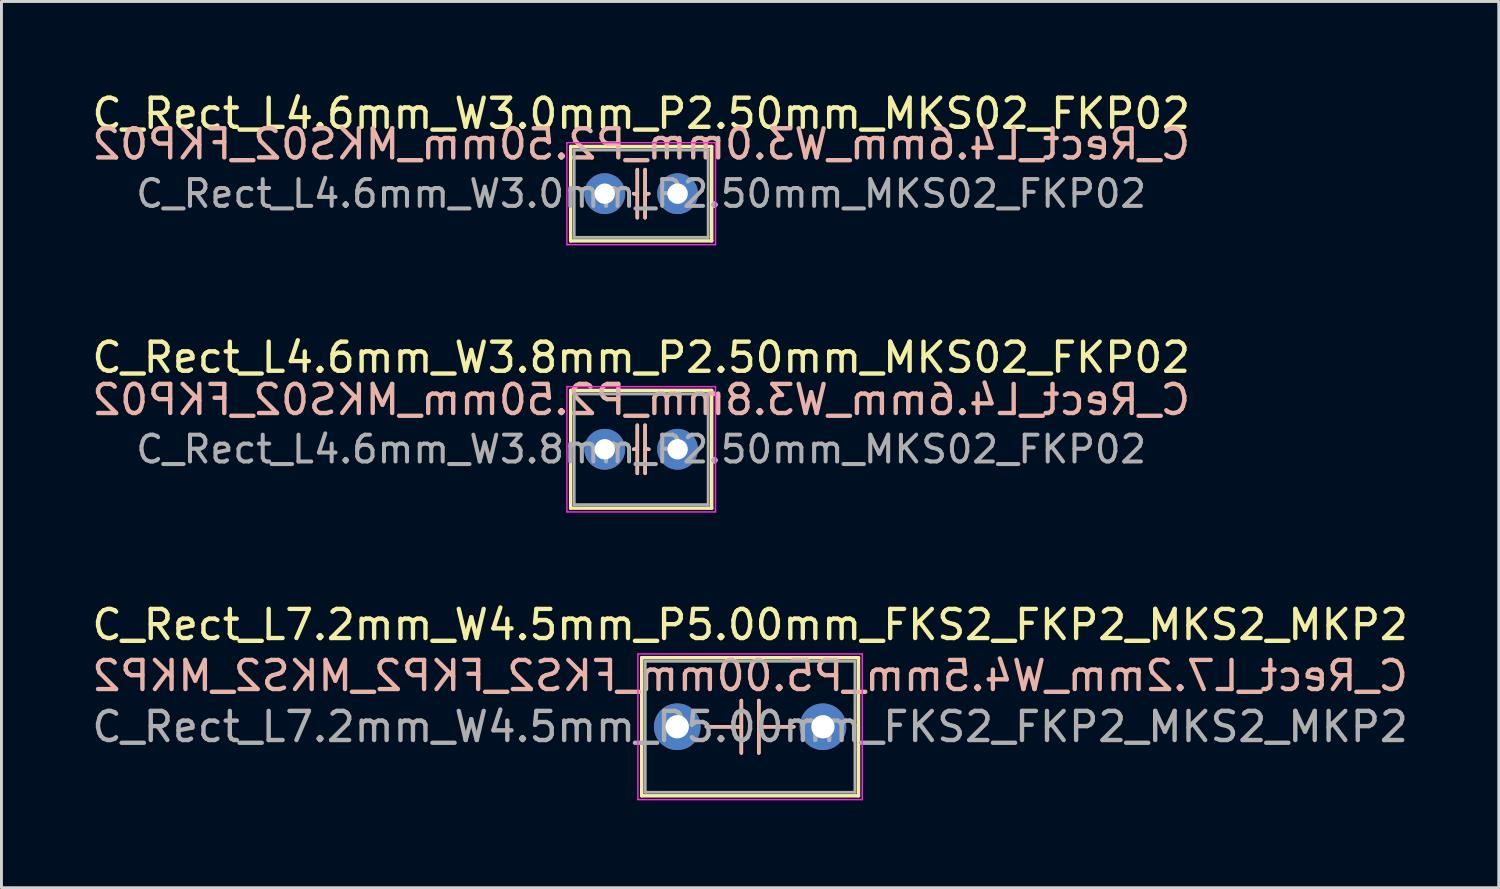
<source format=kicad_pcb>
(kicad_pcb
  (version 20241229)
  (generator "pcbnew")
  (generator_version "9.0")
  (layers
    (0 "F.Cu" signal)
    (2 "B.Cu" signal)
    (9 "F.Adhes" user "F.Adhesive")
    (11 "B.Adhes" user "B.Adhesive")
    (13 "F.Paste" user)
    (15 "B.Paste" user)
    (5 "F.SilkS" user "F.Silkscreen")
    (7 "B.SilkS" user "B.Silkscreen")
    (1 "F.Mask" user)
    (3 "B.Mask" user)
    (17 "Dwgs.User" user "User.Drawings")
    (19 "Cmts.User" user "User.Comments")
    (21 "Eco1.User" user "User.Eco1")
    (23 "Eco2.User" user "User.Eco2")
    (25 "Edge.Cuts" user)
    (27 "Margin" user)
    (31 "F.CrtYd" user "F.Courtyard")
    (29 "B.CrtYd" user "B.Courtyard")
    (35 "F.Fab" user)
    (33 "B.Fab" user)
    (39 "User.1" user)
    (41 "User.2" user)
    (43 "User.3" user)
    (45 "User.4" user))
  (footprint "C_Rect_L7.2mm_W4.5mm_P5.00mm_FKS2_FKP2_MKS2_MKP2"
    (layer "F.Cu")
    (at 20.196 21.895)
    (property "Reference" "C_Rect_L7.2mm_W4.5mm_P5.00mm_FKS2_FKP2_MKS2_MKP2" (at 2.5 -3.5 0) (layer "F.SilkS") (effects (font (size 1 1) (thickness 0.15))))
    (fp_line (start -1.22 -2.37) (end -1.22 2.37) (stroke (width 0.12) (type solid)) (layer "F.SilkS"))
    (fp_line (start -1.22 -2.37) (end 6.22 -2.37) (stroke (width 0.12) (type solid)) (layer "F.SilkS"))
    (fp_line (start -1.22 2.37) (end 6.22 2.37) (stroke (width 0.12) (type solid)) (layer "F.SilkS"))
    (fp_line (start 1 0) (end 2.2 0) (stroke (width 0.12) (type solid)) (layer "F.SilkS"))
    (fp_line (start 2.2 -0.9) (end 2.2 0.9) (stroke (width 0.12) (type solid)) (layer "F.SilkS"))
    (fp_line (start 2.8 -0.9) (end 2.8 0.9) (stroke (width 0.12) (type solid)) (layer "F.SilkS"))
    (fp_line (start 4 0) (end 2.8 0) (stroke (width 0.12) (type solid)) (layer "F.SilkS"))
    (fp_line (start 6.22 -2.37) (end 6.22 2.37) (stroke (width 0.12) (type solid)) (layer "F.SilkS"))
    (fp_line (start 1 0) (end 2.2 0) (stroke (width 0.12) (type solid)) (layer "B.SilkS"))
    (fp_line (start 2.2 0.9) (end 2.2 -0.9) (stroke (width 0.12) (type solid)) (layer "B.SilkS"))
    (fp_line (start 2.8 0.9) (end 2.8 -0.9) (stroke (width 0.12) (type solid)) (layer "B.SilkS"))
    (fp_line (start 4 0) (end 2.8 0) (stroke (width 0.12) (type solid)) (layer "B.SilkS"))
    (fp_line (start -1.35 -2.5) (end -1.35 2.5) (stroke (width 0.05) (type solid)) (layer "F.CrtYd"))
    (fp_line (start -1.35 2.5) (end 6.35 2.5) (stroke (width 0.05) (type solid)) (layer "F.CrtYd"))
    (fp_line (start 6.35 -2.5) (end -1.35 -2.5) (stroke (width 0.05) (type solid)) (layer "F.CrtYd"))
    (fp_line (start 6.35 2.5) (end 6.35 -2.5) (stroke (width 0.05) (type solid)) (layer "F.CrtYd"))
    (fp_line (start -1.1 -2.25) (end -1.1 2.25) (stroke (width 0.1) (type solid)) (layer "F.Fab"))
    (fp_line (start -1.1 2.25) (end 6.1 2.25) (stroke (width 0.1) (type solid)) (layer "F.Fab"))
    (fp_line (start 6.1 -2.25) (end -1.1 -2.25) (stroke (width 0.1) (type solid)) (layer "F.Fab"))
    (fp_line (start 6.1 2.25) (end 6.1 -2.25) (stroke (width 0.1) (type solid)) (layer "F.Fab"))
    (fp_text user "${REFERENCE}" (at 2.5 -1.75 0) (layer "B.SilkS") (effects (font (size 1 1) (thickness 0.15)) (justify mirror)))
    (fp_text user "${REFERENCE}" (at 2.5 0 0) (layer "F.Fab") (effects (font (size 1 1) (thickness 0.15))))
    (pad "1" thru_hole circle (at 0 0) (size 1.6 1.6) (drill 0.8) (layers "*.Cu" "*.Mask"))
    (pad "2" thru_hole circle (at 5 0) (size 1.6 1.6) (drill 0.8) (layers "*.Cu" "*.Mask")))
  (footprint "C_Rect_L4.6mm_W3.0mm_P2.50mm_MKS02_FKP02"
    (layer "F.Cu")
    (at 17.708 3.598)
    (property "Reference" "C_Rect_L4.6mm_W3.0mm_P2.50mm_MKS02_FKP02" (at 1.25 -2.75 0) (layer "F.SilkS") (effects (font (size 1 1) (thickness 0.15))))
    (fp_line (start -1.17 -1.62) (end -1.17 1.62) (stroke (width 0.12) (type solid)) (layer "F.SilkS"))
    (fp_line (start -1.17 -1.62) (end 3.67 -1.62) (stroke (width 0.12) (type solid)) (layer "F.SilkS"))
    (fp_line (start -1.17 1.62) (end 3.67 1.62) (stroke (width 0.12) (type solid)) (layer "F.SilkS"))
    (fp_line (start 0.991 0) (end 1.054 0) (stroke (width 0.12) (type solid)) (layer "F.SilkS"))
    (fp_line (start 1.054 0) (end 1.118 0) (stroke (width 0.12) (type solid)) (layer "F.SilkS"))
    (fp_line (start 1.118 0) (end 1.118 -0.826) (stroke (width 0.12) (type solid)) (layer "F.SilkS"))
    (fp_line (start 1.118 0.826) (end 1.118 0) (stroke (width 0.12) (type solid)) (layer "F.SilkS"))
    (fp_line (start 1.384 0) (end 1.384 -0.826) (stroke (width 0.12) (type solid)) (layer "F.SilkS"))
    (fp_line (start 1.384 0.826) (end 1.384 0) (stroke (width 0.12) (type solid)) (layer "F.SilkS"))
    (fp_line (start 1.448 0) (end 1.384 0) (stroke (width 0.12) (type solid)) (layer "F.SilkS"))
    (fp_line (start 1.511 0) (end 1.448 0) (stroke (width 0.12) (type solid)) (layer "F.SilkS"))
    (fp_line (start 3.67 -1.62) (end 3.67 1.62) (stroke (width 0.12) (type solid)) (layer "F.SilkS"))
    (fp_line (start 0.99 0) (end 1.054 0) (stroke (width 0.12) (type solid)) (layer "B.SilkS"))
    (fp_line (start 1.054 0) (end 1.117 0) (stroke (width 0.12) (type solid)) (layer "B.SilkS"))
    (fp_line (start 1.117 -0.826) (end 1.117 0) (stroke (width 0.12) (type solid)) (layer "B.SilkS"))
    (fp_line (start 1.117 0) (end 1.117 0.826) (stroke (width 0.12) (type solid)) (layer "B.SilkS"))
    (fp_line (start 1.384 -0.826) (end 1.384 0) (stroke (width 0.12) (type solid)) (layer "B.SilkS"))
    (fp_line (start 1.384 0) (end 1.384 0.826) (stroke (width 0.12) (type solid)) (layer "B.SilkS"))
    (fp_line (start 1.447 0) (end 1.384 0) (stroke (width 0.12) (type solid)) (layer "B.SilkS"))
    (fp_line (start 1.511 0) (end 1.447 0) (stroke (width 0.12) (type solid)) (layer "B.SilkS"))
    (fp_line (start -1.3 -1.75) (end -1.3 1.75) (stroke (width 0.05) (type solid)) (layer "F.CrtYd"))
    (fp_line (start -1.3 1.75) (end 3.8 1.75) (stroke (width 0.05) (type solid)) (layer "F.CrtYd"))
    (fp_line (start 3.8 -1.75) (end -1.3 -1.75) (stroke (width 0.05) (type solid)) (layer "F.CrtYd"))
    (fp_line (start 3.8 1.75) (end 3.8 -1.75) (stroke (width 0.05) (type solid)) (layer "F.CrtYd"))
    (fp_line (start -1.05 -1.5) (end -1.05 1.5) (stroke (width 0.1) (type solid)) (layer "F.Fab"))
    (fp_line (start -1.05 1.5) (end 3.55 1.5) (stroke (width 0.1) (type solid)) (layer "F.Fab"))
    (fp_line (start 3.55 -1.5) (end -1.05 -1.5) (stroke (width 0.1) (type solid)) (layer "F.Fab"))
    (fp_line (start 3.55 1.5) (end 3.55 -1.5) (stroke (width 0.1) (type solid)) (layer "F.Fab"))
    (fp_text user "${REFERENCE}" (at 1.25 -1.7 0) (layer "B.SilkS") (effects (font (size 1 1) (thickness 0.15)) (justify mirror)))
    (fp_text user "${REFERENCE}" (at 1.25 0 0) (layer "F.Fab") (effects (font (size 0.92 0.92) (thickness 0.138))))
    (pad "1" thru_hole circle (at 0 0) (size 1.4 1.4) (drill 0.7) (layers "*.Cu" "*.Mask"))
    (pad "2" thru_hole circle (at 2.5 0) (size 1.4 1.4) (drill 0.7) (layers "*.Cu" "*.Mask")))
  (footprint "C_Rect_L4.6mm_W3.8mm_P2.50mm_MKS02_FKP02"
    (layer "F.Cu")
    (at 17.708 12.371)
    (property "Reference" "C_Rect_L4.6mm_W3.8mm_P2.50mm_MKS02_FKP02" (at 1.25 -3.15 0) (layer "F.SilkS") (effects (font (size 1 1) (thickness 0.15))))
    (fp_line (start -1.17 -2.02) (end -1.17 2.02) (stroke (width 0.12) (type solid)) (layer "F.SilkS"))
    (fp_line (start -1.17 -2.02) (end 3.67 -2.02) (stroke (width 0.12) (type solid)) (layer "F.SilkS"))
    (fp_line (start -1.17 2.02) (end 3.67 2.02) (stroke (width 0.12) (type solid)) (layer "F.SilkS"))
    (fp_line (start 0.991 0) (end 1.054 0) (stroke (width 0.12) (type solid)) (layer "F.SilkS"))
    (fp_line (start 1.054 0) (end 1.118 0) (stroke (width 0.12) (type solid)) (layer "F.SilkS"))
    (fp_line (start 1.118 0) (end 1.118 -0.826) (stroke (width 0.12) (type solid)) (layer "F.SilkS"))
    (fp_line (start 1.118 0.826) (end 1.118 0) (stroke (width 0.12) (type solid)) (layer "F.SilkS"))
    (fp_line (start 1.384 0) (end 1.384 -0.826) (stroke (width 0.12) (type solid)) (layer "F.SilkS"))
    (fp_line (start 1.384 0.826) (end 1.384 0) (stroke (width 0.12) (type solid)) (layer "F.SilkS"))
    (fp_line (start 1.448 0) (end 1.384 0) (stroke (width 0.12) (type solid)) (layer "F.SilkS"))
    (fp_line (start 1.511 0) (end 1.448 0) (stroke (width 0.12) (type solid)) (layer "F.SilkS"))
    (fp_line (start 3.67 -2.02) (end 3.67 2.02) (stroke (width 0.12) (type solid)) (layer "F.SilkS"))
    (fp_line (start 0.99 0) (end 1.054 0) (stroke (width 0.12) (type solid)) (layer "B.SilkS"))
    (fp_line (start 1.054 0) (end 1.117 0) (stroke (width 0.12) (type solid)) (layer "B.SilkS"))
    (fp_line (start 1.117 -0.826) (end 1.117 0) (stroke (width 0.12) (type solid)) (layer "B.SilkS"))
    (fp_line (start 1.117 0) (end 1.117 0.826) (stroke (width 0.12) (type solid)) (layer "B.SilkS"))
    (fp_line (start 1.384 -0.826) (end 1.384 0) (stroke (width 0.12) (type solid)) (layer "B.SilkS"))
    (fp_line (start 1.384 0) (end 1.384 0.826) (stroke (width 0.12) (type solid)) (layer "B.SilkS"))
    (fp_line (start 1.447 0) (end 1.384 0) (stroke (width 0.12) (type solid)) (layer "B.SilkS"))
    (fp_line (start 1.511 0) (end 1.447 0) (stroke (width 0.12) (type solid)) (layer "B.SilkS"))
    (fp_line (start -1.3 -2.15) (end -1.3 2.15) (stroke (width 0.05) (type solid)) (layer "F.CrtYd"))
    (fp_line (start -1.3 2.15) (end 3.8 2.15) (stroke (width 0.05) (type solid)) (layer "F.CrtYd"))
    (fp_line (start 3.8 -2.15) (end -1.3 -2.15) (stroke (width 0.05) (type solid)) (layer "F.CrtYd"))
    (fp_line (start 3.8 2.15) (end 3.8 -2.15) (stroke (width 0.05) (type solid)) (layer "F.CrtYd"))
    (fp_line (start -1.05 -1.9) (end -1.05 1.9) (stroke (width 0.1) (type solid)) (layer "F.Fab"))
    (fp_line (start -1.05 1.9) (end 3.55 1.9) (stroke (width 0.1) (type solid)) (layer "F.Fab"))
    (fp_line (start 3.55 -1.9) (end -1.05 -1.9) (stroke (width 0.1) (type solid)) (layer "F.Fab"))
    (fp_line (start 3.55 1.9) (end 3.55 -1.9) (stroke (width 0.1) (type solid)) (layer "F.Fab"))
    (fp_text user "${REFERENCE}" (at 1.25 -1.7 0) (layer "B.SilkS") (effects (font (size 1 1) (thickness 0.15)) (justify mirror)))
    (fp_text user "${REFERENCE}" (at 1.25 0 0) (layer "F.Fab") (effects (font (size 0.92 0.92) (thickness 0.138))))
    (pad "1" thru_hole circle (at 0 0) (size 1.4 1.4) (drill 0.7) (layers "*.Cu" "*.Mask"))
    (pad "2" thru_hole circle (at 2.5 0) (size 1.4 1.4) (drill 0.7) (layers "*.Cu" "*.Mask")))
  (gr_rect
    (start -3 -3)
    (end 48.393 27.42)
    (stroke (width 0.1) (type default))
    (fill no)
    (layer "Edge.Cuts")))
</source>
